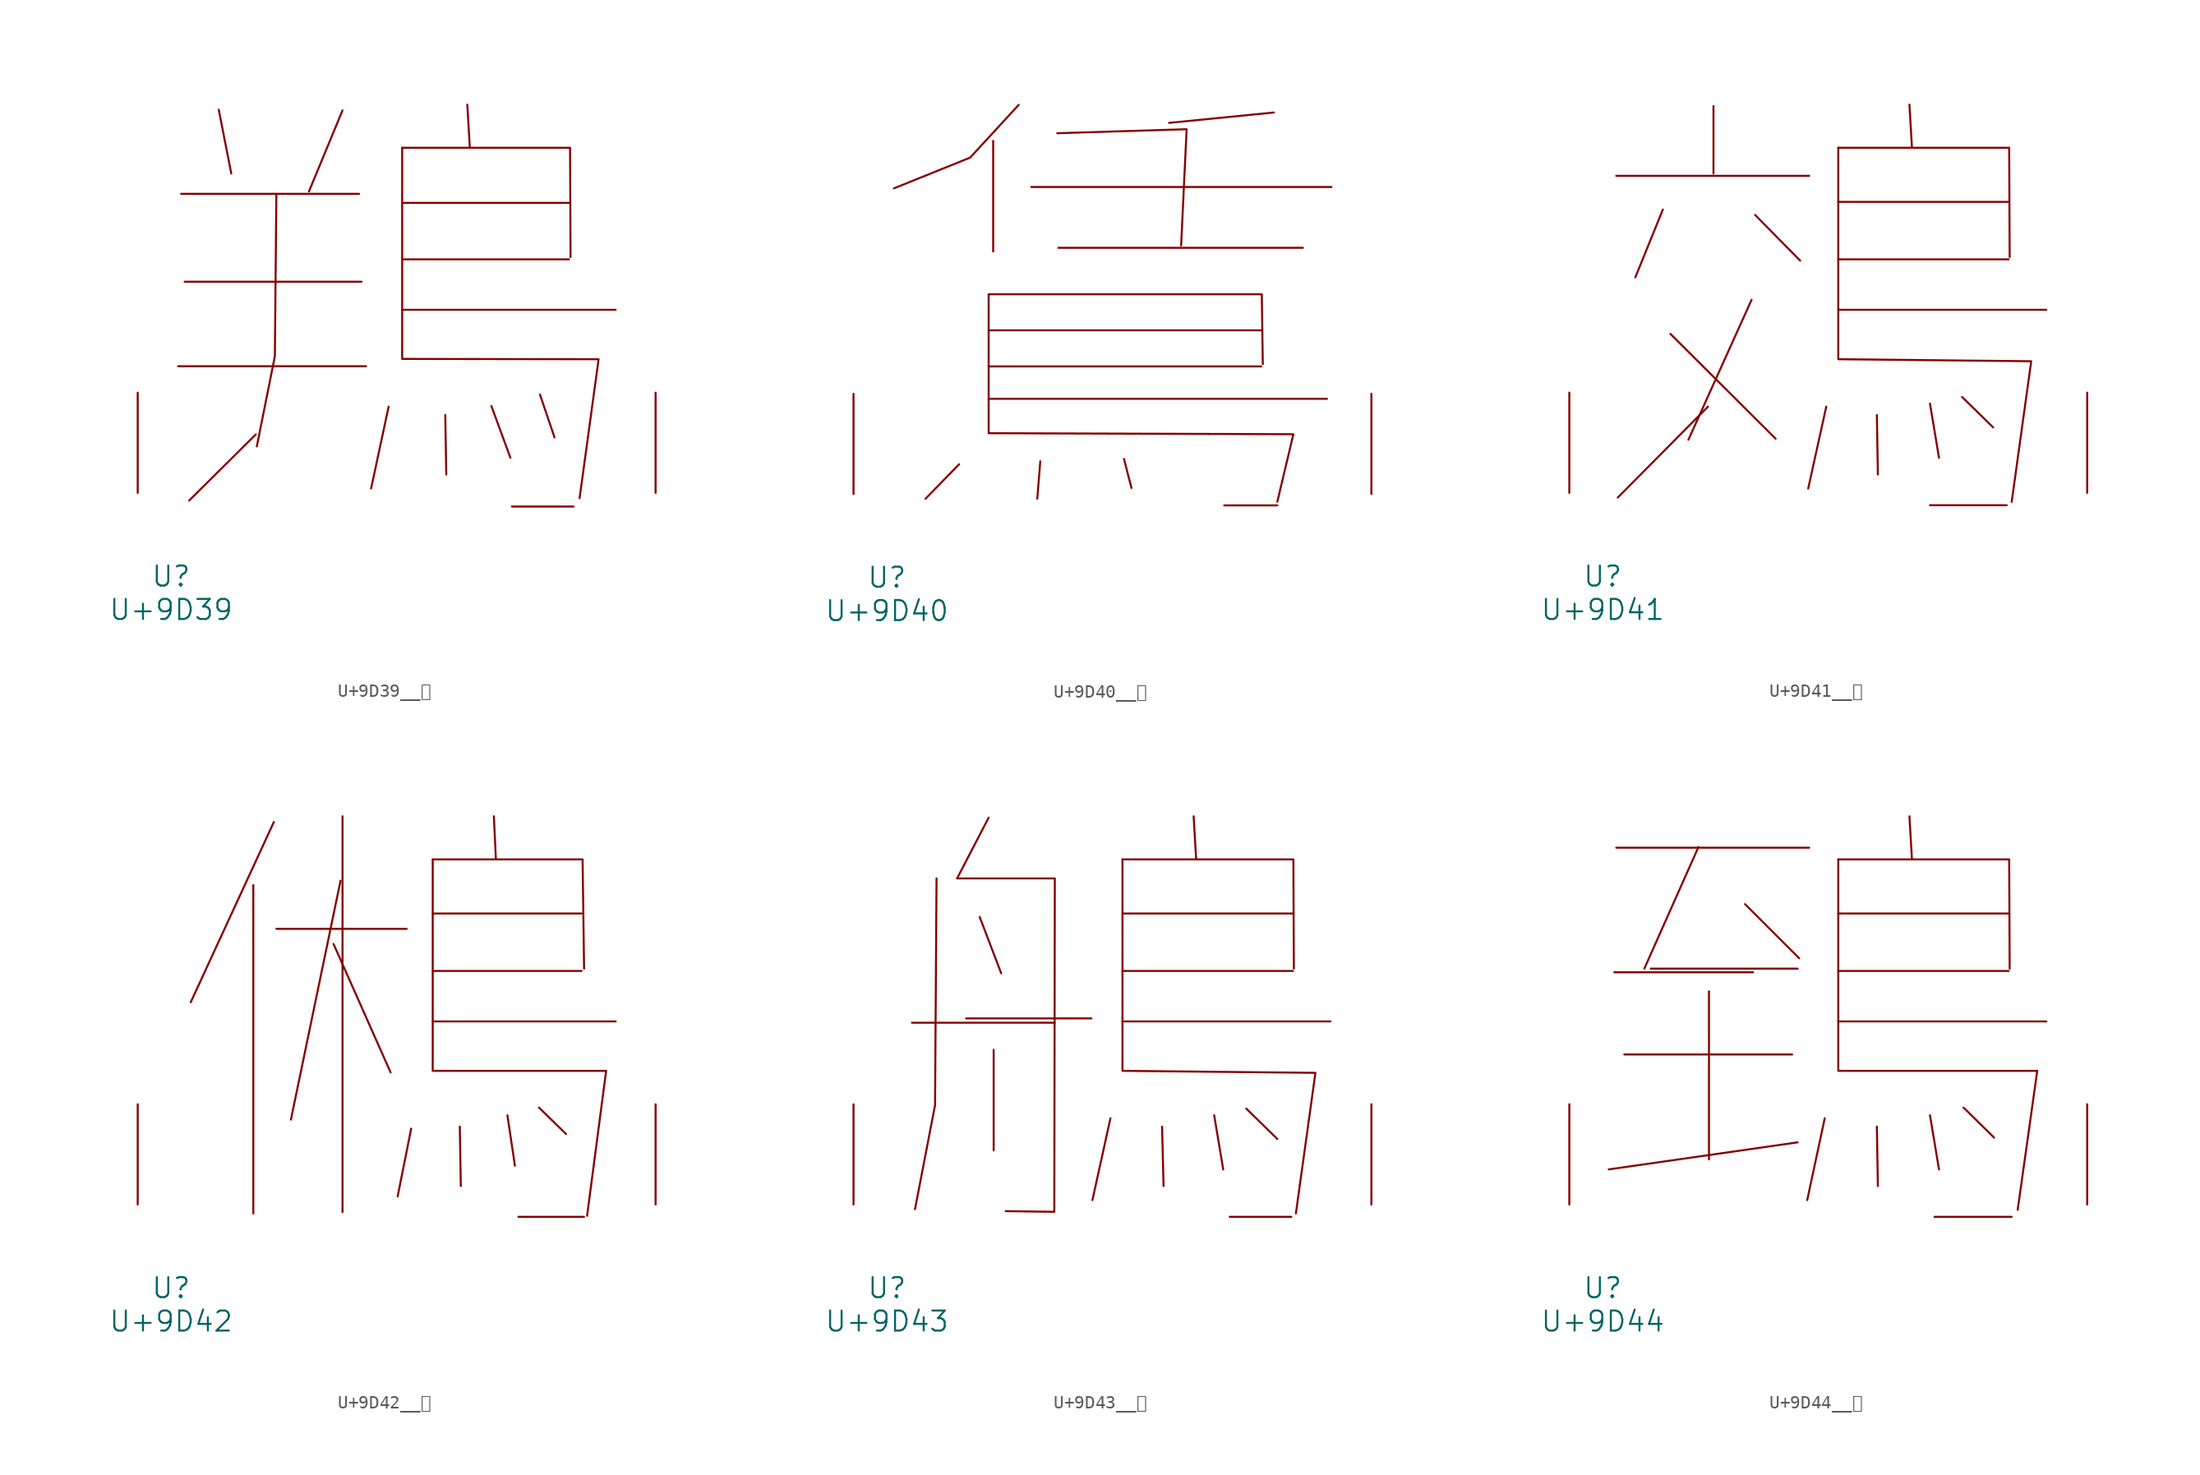
<source format=kicad_sym>
(kicad_symbol_lib
  (version 20231120)
  (generator "kicad_symbol_editor")
  (generator_version "8.0")
  (symbol "U+9D39__鴹"
    (pin_names
      (offset 1.016))
    (property "Reference" "U"
      (at 0 -6.35 0)
      (effects (font (size 1.524 1.524))))
    (property "Value" "U+9D39"
      (at 0 -8.89 0)
      (effects (font (size 1.524 1.524))))
    (symbol "U+9D39__鴹_0_1"
      (polyline (pts (xy 0.533 9.627) (xy 14.821 9.627)) (stroke (width 0) (type solid)) (fill (type none)))
      (polyline (pts (xy 0.762 22.733) (xy 14.287 22.733)) (stroke (width 0) (type solid)) (fill (type none)))
      (polyline (pts (xy 1.029 16.053) (xy 14.478 16.053)) (stroke (width 0) (type solid)) (fill (type none)))
      (polyline (pts (xy 3.619 29.134) (xy 4.572 24.282)) (stroke (width 0) (type solid)) (fill (type none)))
      (polyline (pts (xy 6.439 4.445) (xy 1.372 -0.584)) (stroke (width 0) (type solid)) (fill (type none)))
      (polyline (pts (xy 13.03 29.083) (xy 10.477 22.911)) (stroke (width 0) (type solid)) (fill (type none)))
      (polyline (pts (xy 16.535 6.553) (xy 15.202 0.33)) (stroke (width 0) (type solid)) (fill (type none)))
      (polyline (pts (xy 17.564 13.919) (xy 33.795 13.919)) (stroke (width 0) (type solid)) (fill (type none)))
      (polyline (pts (xy 17.564 17.755) (xy 30.251 17.755)) (stroke (width 0) (type solid)) (fill (type none)))
      (polyline (pts (xy 17.564 22.047) (xy 30.251 22.047)) (stroke (width 0) (type solid)) (fill (type none)))
      (polyline (pts (xy 20.841 5.918) (xy 20.917 1.397)) (stroke (width 0) (type solid)) (fill (type none)))
      (polyline (pts (xy 22.517 29.515) (xy 22.708 26.238)) (stroke (width 0) (type solid)) (fill (type none)))
      (polyline (pts (xy 24.346 6.604) (xy 25.794 2.667)) (stroke (width 0) (type solid)) (fill (type none)))
      (polyline (pts (xy 25.908 -1.041) (xy 30.594 -1.041)) (stroke (width 0) (type solid)) (fill (type none)))
      (polyline (pts (xy 28.042 7.468) (xy 29.146 4.216)) (stroke (width 0) (type solid)) (fill (type none)))
      (polyline (pts (xy 8.001 22.733) (xy 7.887 10.389) (xy 6.515 3.531)) (stroke (width 0) (type solid)) (fill (type none)))
      (polyline (pts (xy 17.564 26.238) (xy 30.328 26.238) (xy 30.366 17.932)) (stroke (width 0) (type solid)) (fill (type none)))
      (polyline (pts (xy 17.564 26.238) (xy 17.564 10.185) (xy 32.499 10.16) (xy 31.052 -0.406)) (stroke (width 0) (type solid)) (fill (type none)))
      (pin input line (at -2.54 0 90) (length 7.62) (name "~" (effects (font (size 1.27 1.27)))) (number "~" (effects (font (size 1.27 1.27)))))
      (pin input line (at 36.83 0 90) (length 7.62) (name "~" (effects (font (size 1.27 1.27)))) (number "~" (effects (font (size 1.27 1.27)))))))
  (symbol "U+9D40__鵀"
    (pin_names
      (offset 1.016))
    (property "Reference" "U"
      (at 0 -6.35 0)
      (effects (font (size 1.524 1.524))))
    (property "Value" "U+9D40"
      (at 0 -8.89 0)
      (effects (font (size 1.524 1.524))))
    (symbol "U+9D40__鵀_0_1"
      (polyline (pts (xy 5.486 2.261) (xy 2.934 -0.356)) (stroke (width 0) (type solid)) (fill (type none)))
      (polyline (pts (xy 7.734 7.239) (xy 33.452 7.239)) (stroke (width 0) (type solid)) (fill (type none)))
      (polyline (pts (xy 7.734 9.703) (xy 28.461 9.703)) (stroke (width 0) (type solid)) (fill (type none)))
      (polyline (pts (xy 7.734 12.446) (xy 28.461 12.446)) (stroke (width 0) (type solid)) (fill (type none)))
      (polyline (pts (xy 8.077 26.848) (xy 8.077 18.44)) (stroke (width 0) (type solid)) (fill (type none)))
      (polyline (pts (xy 10.973 23.343) (xy 33.795 23.343)) (stroke (width 0) (type solid)) (fill (type none)))
      (polyline (pts (xy 11.659 2.489) (xy 11.43 -0.356)) (stroke (width 0) (type solid)) (fill (type none)))
      (polyline (pts (xy 13.03 18.72) (xy 31.623 18.72)) (stroke (width 0) (type solid)) (fill (type none)))
      (polyline (pts (xy 18.021 2.667) (xy 18.593 0.457)) (stroke (width 0) (type solid)) (fill (type none)))
      (polyline (pts (xy 25.641 -0.864) (xy 29.68 -0.864)) (stroke (width 0) (type solid)) (fill (type none)))
      (polyline (pts (xy 29.413 29.007) (xy 21.45 28.219)) (stroke (width 0) (type solid)) (fill (type none)))
      (polyline (pts (xy 7.734 15.189) (xy 28.499 15.189) (xy 28.575 9.881)) (stroke (width 0) (type solid)) (fill (type none)))
      (polyline (pts (xy 10.02 29.591) (xy 6.325 25.578) (xy 0.533 23.241)) (stroke (width 0) (type solid)) (fill (type none)))
      (polyline (pts (xy 12.954 27.432) (xy 22.784 27.737) (xy 22.365 18.898)) (stroke (width 0) (type solid)) (fill (type none)))
      (polyline (pts (xy 7.734 15.189) (xy 7.734 4.623) (xy 30.899 4.547) (xy 29.68 -0.584)) (stroke (width 0) (type solid)) (fill (type none)))
      (pin input line (at -2.54 0 90) (length 7.62) (name "~" (effects (font (size 1.27 1.27)))) (number "~" (effects (font (size 1.27 1.27)))))
      (pin input line (at 36.83 0 90) (length 7.62) (name "~" (effects (font (size 1.27 1.27)))) (number "~" (effects (font (size 1.27 1.27)))))))
  (symbol "U+9D41__鵁"
    (pin_names
      (offset 1.016))
    (property "Reference" "U"
      (at 0 -6.35 0)
      (effects (font (size 1.524 1.524))))
    (property "Value" "U+9D41"
      (at 0 -8.89 0)
      (effects (font (size 1.524 1.524))))
    (symbol "U+9D41__鵁_0_1"
      (polyline (pts (xy 1.029 24.105) (xy 15.697 24.105)) (stroke (width 0) (type solid)) (fill (type none)))
      (polyline (pts (xy 4.572 21.539) (xy 2.477 16.383)) (stroke (width 0) (type solid)) (fill (type none)))
      (polyline (pts (xy 5.144 12.09) (xy 13.145 4.115)) (stroke (width 0) (type solid)) (fill (type none)))
      (polyline (pts (xy 8.001 6.553) (xy 1.143 -0.356)) (stroke (width 0) (type solid)) (fill (type none)))
      (polyline (pts (xy 8.42 29.413) (xy 8.42 24.282)) (stroke (width 0) (type solid)) (fill (type none)))
      (polyline (pts (xy 11.316 14.681) (xy 6.515 4.039)) (stroke (width 0) (type solid)) (fill (type none)))
      (polyline (pts (xy 11.582 21.133) (xy 15.011 17.653)) (stroke (width 0) (type solid)) (fill (type none)))
      (polyline (pts (xy 16.993 6.553) (xy 15.621 0.33)) (stroke (width 0) (type solid)) (fill (type none)))
      (polyline (pts (xy 17.907 13.919) (xy 33.718 13.919)) (stroke (width 0) (type solid)) (fill (type none)))
      (polyline (pts (xy 17.907 17.755) (xy 30.861 17.755)) (stroke (width 0) (type solid)) (fill (type none)))
      (polyline (pts (xy 17.907 22.123) (xy 30.861 22.123)) (stroke (width 0) (type solid)) (fill (type none)))
      (polyline (pts (xy 20.841 5.918) (xy 20.917 1.397)) (stroke (width 0) (type solid)) (fill (type none)))
      (polyline (pts (xy 23.317 29.515) (xy 23.508 26.238)) (stroke (width 0) (type solid)) (fill (type none)))
      (polyline (pts (xy 24.879 -0.94) (xy 30.709 -0.94)) (stroke (width 0) (type solid)) (fill (type none)))
      (polyline (pts (xy 24.879 6.782) (xy 25.565 2.667)) (stroke (width 0) (type solid)) (fill (type none)))
      (polyline (pts (xy 27.318 7.29) (xy 29.68 4.978)) (stroke (width 0) (type solid)) (fill (type none)))
      (polyline (pts (xy 17.907 26.238) (xy 30.899 26.238) (xy 30.937 17.932)) (stroke (width 0) (type solid)) (fill (type none)))
      (polyline (pts (xy 17.907 26.238) (xy 17.907 10.16) (xy 32.575 10.008) (xy 31.09 -0.686)) (stroke (width 0) (type solid)) (fill (type none)))
      (pin input line (at -2.54 0 90) (length 7.62) (name "~" (effects (font (size 1.27 1.27)))) (number "~" (effects (font (size 1.27 1.27)))))
      (pin input line (at 36.83 0 90) (length 7.62) (name "~" (effects (font (size 1.27 1.27)))) (number "~" (effects (font (size 1.27 1.27)))))))
  (symbol "U+9D42__鵂"
    (pin_names
      (offset 1.016))
    (property "Reference" "U"
      (at 0 -6.35 0)
      (effects (font (size 1.524 1.524))))
    (property "Value" "U+9D42"
      (at 0 -8.89 0)
      (effects (font (size 1.524 1.524))))
    (symbol "U+9D42__鵂_0_1"
      (polyline (pts (xy 6.248 24.282) (xy 6.248 -0.686)) (stroke (width 0) (type solid)) (fill (type none)))
      (polyline (pts (xy 7.811 29.083) (xy 1.486 15.367)) (stroke (width 0) (type solid)) (fill (type none)))
      (polyline (pts (xy 8.001 20.955) (xy 17.907 20.955)) (stroke (width 0) (type solid)) (fill (type none)))
      (polyline (pts (xy 12.344 19.812) (xy 16.688 10.033)) (stroke (width 0) (type solid)) (fill (type none)))
      (polyline (pts (xy 12.878 24.613) (xy 9.106 6.452)) (stroke (width 0) (type solid)) (fill (type none)))
      (polyline (pts (xy 13.03 29.515) (xy 13.03 -0.584)) (stroke (width 0) (type solid)) (fill (type none)))
      (polyline (pts (xy 18.25 5.766) (xy 17.221 0.61)) (stroke (width 0) (type solid)) (fill (type none)))
      (polyline (pts (xy 19.888 13.919) (xy 33.795 13.919)) (stroke (width 0) (type solid)) (fill (type none)))
      (polyline (pts (xy 19.888 17.755) (xy 31.204 17.755)) (stroke (width 0) (type solid)) (fill (type none)))
      (polyline (pts (xy 19.888 22.123) (xy 31.204 22.123)) (stroke (width 0) (type solid)) (fill (type none)))
      (polyline (pts (xy 21.946 5.918) (xy 22.022 1.397)) (stroke (width 0) (type solid)) (fill (type none)))
      (polyline (pts (xy 24.536 29.515) (xy 24.689 26.238)) (stroke (width 0) (type solid)) (fill (type none)))
      (polyline (pts (xy 25.565 6.782) (xy 26.137 2.946)) (stroke (width 0) (type solid)) (fill (type none)))
      (polyline (pts (xy 26.403 -0.94) (xy 31.394 -0.94)) (stroke (width 0) (type solid)) (fill (type none)))
      (polyline (pts (xy 27.965 7.366) (xy 30.023 5.359)) (stroke (width 0) (type solid)) (fill (type none)))
      (polyline (pts (xy 19.888 26.238) (xy 31.28 26.238) (xy 31.394 17.932)) (stroke (width 0) (type solid)) (fill (type none)))
      (polyline (pts (xy 19.888 26.238) (xy 19.888 10.16) (xy 33.071 10.16) (xy 31.623 -0.864)) (stroke (width 0) (type solid)) (fill (type none)))
      (pin input line (at -2.54 0 90) (length 7.62) (name "~" (effects (font (size 1.27 1.27)))) (number "~" (effects (font (size 1.27 1.27)))))
      (pin input line (at 36.83 0 90) (length 7.62) (name "~" (effects (font (size 1.27 1.27)))) (number "~" (effects (font (size 1.27 1.27)))))))
  (symbol "U+9D43__鵃"
    (pin_names
      (offset 1.016))
    (property "Reference" "U"
      (at 0 -6.35 0)
      (effects (font (size 1.524 1.524))))
    (property "Value" "U+9D43"
      (at 0 -8.89 0)
      (effects (font (size 1.524 1.524))))
    (symbol "U+9D43__鵃_0_1"
      (polyline (pts (xy 1.905 13.818) (xy 12.764 13.818)) (stroke (width 0) (type solid)) (fill (type none)))
      (polyline (pts (xy 6.02 14.148) (xy 15.545 14.148)) (stroke (width 0) (type solid)) (fill (type none)))
      (polyline (pts (xy 7.048 21.869) (xy 8.687 17.577)) (stroke (width 0) (type solid)) (fill (type none)))
      (polyline (pts (xy 8.115 11.76) (xy 8.115 4.115)) (stroke (width 0) (type solid)) (fill (type none)))
      (polyline (pts (xy 16.993 6.553) (xy 15.621 0.33)) (stroke (width 0) (type solid)) (fill (type none)))
      (polyline (pts (xy 17.907 13.919) (xy 33.718 13.919)) (stroke (width 0) (type solid)) (fill (type none)))
      (polyline (pts (xy 17.907 17.755) (xy 30.861 17.755)) (stroke (width 0) (type solid)) (fill (type none)))
      (polyline (pts (xy 17.907 22.123) (xy 30.861 22.123)) (stroke (width 0) (type solid)) (fill (type none)))
      (polyline (pts (xy 20.917 5.918) (xy 21.031 1.397)) (stroke (width 0) (type solid)) (fill (type none)))
      (polyline (pts (xy 23.317 29.515) (xy 23.508 26.238)) (stroke (width 0) (type solid)) (fill (type none)))
      (polyline (pts (xy 24.879 6.782) (xy 25.565 2.667)) (stroke (width 0) (type solid)) (fill (type none)))
      (polyline (pts (xy 26.06 -0.94) (xy 30.747 -0.94)) (stroke (width 0) (type solid)) (fill (type none)))
      (polyline (pts (xy 27.318 7.29) (xy 29.68 4.978)) (stroke (width 0) (type solid)) (fill (type none)))
      (polyline (pts (xy 3.772 24.79) (xy 3.658 7.544) (xy 2.134 -0.356)) (stroke (width 0) (type solid)) (fill (type none)))
      (polyline (pts (xy 17.907 26.238) (xy 30.899 26.238) (xy 30.937 17.932)) (stroke (width 0) (type solid)) (fill (type none)))
      (polyline (pts (xy 17.907 26.238) (xy 17.907 10.16) (xy 32.575 10.008) (xy 31.09 -0.686)) (stroke (width 0) (type solid)) (fill (type none)))
      (polyline (pts (xy 7.734 29.413) (xy 5.334 24.79) (xy 12.764 24.79) (xy 12.725 -0.559) (xy 9.03 -0.508)) (stroke (width 0) (type solid)) (fill (type none)))
      (pin input line (at -2.54 0 90) (length 7.62) (name "~" (effects (font (size 1.27 1.27)))) (number "~" (effects (font (size 1.27 1.27)))))
      (pin input line (at 36.83 0 90) (length 7.62) (name "~" (effects (font (size 1.27 1.27)))) (number "~" (effects (font (size 1.27 1.27)))))))
  (symbol "U+9D44__鵄"
    (pin_names
      (offset 1.016))
    (property "Reference" "U"
      (at 0 -6.35 0)
      (effects (font (size 1.524 1.524))))
    (property "Value" "U+9D44"
      (at 0 -8.89 0)
      (effects (font (size 1.524 1.524))))
    (symbol "U+9D44__鵄_0_1"
      (polyline (pts (xy 0.876 17.653) (xy 11.43 17.653)) (stroke (width 0) (type solid)) (fill (type none)))
      (polyline (pts (xy 1.029 27.127) (xy 15.697 27.127)) (stroke (width 0) (type solid)) (fill (type none)))
      (polyline (pts (xy 1.638 11.405) (xy 14.402 11.405)) (stroke (width 0) (type solid)) (fill (type none)))
      (polyline (pts (xy 3.658 17.932) (xy 14.821 17.932)) (stroke (width 0) (type solid)) (fill (type none)))
      (polyline (pts (xy 7.277 27.178) (xy 3.162 17.932)) (stroke (width 0) (type solid)) (fill (type none)))
      (polyline (pts (xy 8.077 16.205) (xy 8.077 3.429)) (stroke (width 0) (type solid)) (fill (type none)))
      (polyline (pts (xy 10.82 22.835) (xy 14.935 18.72)) (stroke (width 0) (type solid)) (fill (type none)))
      (polyline (pts (xy 14.821 4.724) (xy 0.457 2.667)) (stroke (width 0) (type solid)) (fill (type none)))
      (polyline (pts (xy 16.878 6.553) (xy 15.545 0.33)) (stroke (width 0) (type solid)) (fill (type none)))
      (polyline (pts (xy 17.907 13.919) (xy 33.718 13.919)) (stroke (width 0) (type solid)) (fill (type none)))
      (polyline (pts (xy 17.907 17.755) (xy 30.861 17.755)) (stroke (width 0) (type solid)) (fill (type none)))
      (polyline (pts (xy 17.907 22.123) (xy 30.861 22.123)) (stroke (width 0) (type solid)) (fill (type none)))
      (polyline (pts (xy 20.841 5.918) (xy 20.917 1.397)) (stroke (width 0) (type solid)) (fill (type none)))
      (polyline (pts (xy 23.317 29.515) (xy 23.508 26.238)) (stroke (width 0) (type solid)) (fill (type none)))
      (polyline (pts (xy 24.879 6.782) (xy 25.565 2.667)) (stroke (width 0) (type solid)) (fill (type none)))
      (polyline (pts (xy 25.222 -0.94) (xy 31.09 -0.94)) (stroke (width 0) (type solid)) (fill (type none)))
      (polyline (pts (xy 27.432 7.366) (xy 29.756 5.08)) (stroke (width 0) (type solid)) (fill (type none)))
      (polyline (pts (xy 17.907 26.238) (xy 30.899 26.238) (xy 30.937 17.932)) (stroke (width 0) (type solid)) (fill (type none)))
      (polyline (pts (xy 17.907 26.238) (xy 17.907 10.16) (xy 33.033 10.16) (xy 31.547 -0.406)) (stroke (width 0) (type solid)) (fill (type none)))
      (pin input line (at -2.54 0 90) (length 7.62) (name "~" (effects (font (size 1.27 1.27)))) (number "~" (effects (font (size 1.27 1.27)))))
      (pin input line (at 36.83 0 90) (length 7.62) (name "~" (effects (font (size 1.27 1.27)))) (number "~" (effects (font (size 1.27 1.27))))))))
</source>
